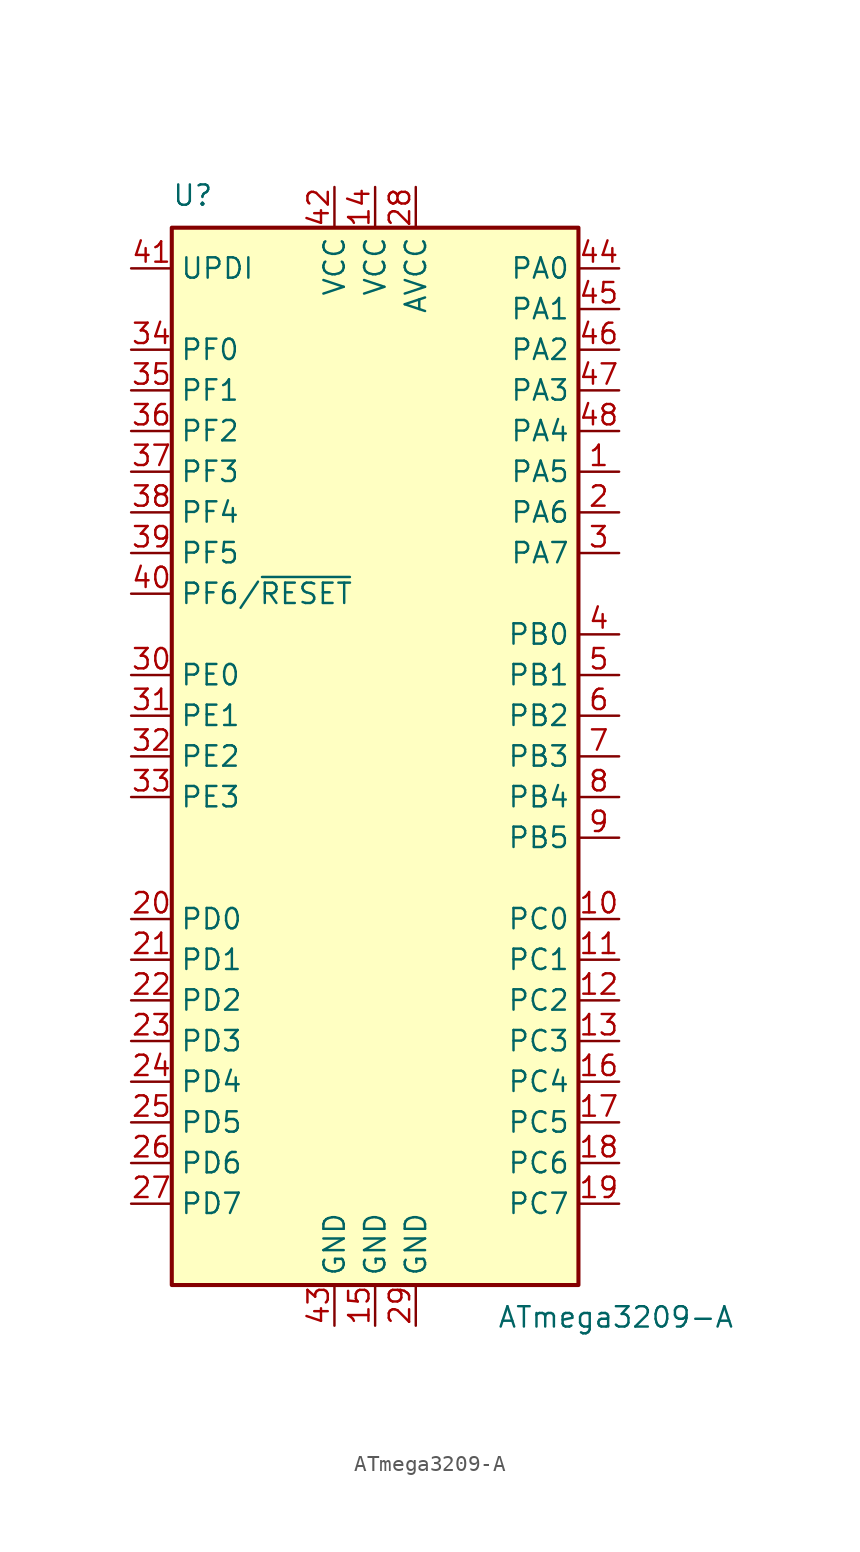
<source format=kicad_sym>
(kicad_symbol_lib
  (version 20231120)
  (generator "kicad_symbol_editor")
  (generator_version "8.0")
  (symbol "ATmega3209-A"
    (property "Reference" "U"
      (at -12.7 34.29 0)
      (effects (font (size 1.27 1.27)) (justify left bottom)))
    (property "Value" "ATmega3209-A"
      (at 7.62 -34.29 0)
      (effects (font (size 1.27 1.27)) (justify left top)))
    (symbol "ATmega3209-A_0_1"
      (rectangle (start -12.7 -33.02) (end 12.7 33.02) (stroke (width 0.254) (type solid)) (fill (type background))))
    (symbol "ATmega3209-A_1_1"
      (pin bidirectional line (at 15.24 17.78 180) (length 2.54) (name "PA5" (effects (font (size 1.27 1.27)))) (number "1" (effects (font (size 1.27 1.27)))))
      (pin bidirectional line (at 15.24 -10.16 180) (length 2.54) (name "PC0" (effects (font (size 1.27 1.27)))) (number "10" (effects (font (size 1.27 1.27)))))
      (pin bidirectional line (at 15.24 -12.7 180) (length 2.54) (name "PC1" (effects (font (size 1.27 1.27)))) (number "11" (effects (font (size 1.27 1.27)))))
      (pin bidirectional line (at 15.24 -15.24 180) (length 2.54) (name "PC2" (effects (font (size 1.27 1.27)))) (number "12" (effects (font (size 1.27 1.27)))))
      (pin bidirectional line (at 15.24 -17.78 180) (length 2.54) (name "PC3" (effects (font (size 1.27 1.27)))) (number "13" (effects (font (size 1.27 1.27)))))
      (pin power_in line (at 0 35.56 270) (length 2.54) (name "VCC" (effects (font (size 1.27 1.27)))) (number "14" (effects (font (size 1.27 1.27)))))
      (pin power_in line (at 0 -35.56 90) (length 2.54) (name "GND" (effects (font (size 1.27 1.27)))) (number "15" (effects (font (size 1.27 1.27)))))
      (pin bidirectional line (at 15.24 -20.32 180) (length 2.54) (name "PC4" (effects (font (size 1.27 1.27)))) (number "16" (effects (font (size 1.27 1.27)))))
      (pin bidirectional line (at 15.24 -22.86 180) (length 2.54) (name "PC5" (effects (font (size 1.27 1.27)))) (number "17" (effects (font (size 1.27 1.27)))))
      (pin bidirectional line (at 15.24 -25.4 180) (length 2.54) (name "PC6" (effects (font (size 1.27 1.27)))) (number "18" (effects (font (size 1.27 1.27)))))
      (pin bidirectional line (at 15.24 -27.94 180) (length 2.54) (name "PC7" (effects (font (size 1.27 1.27)))) (number "19" (effects (font (size 1.27 1.27)))))
      (pin bidirectional line (at 15.24 15.24 180) (length 2.54) (name "PA6" (effects (font (size 1.27 1.27)))) (number "2" (effects (font (size 1.27 1.27)))))
      (pin bidirectional line (at -15.24 -10.16 0) (length 2.54) (name "PD0" (effects (font (size 1.27 1.27)))) (number "20" (effects (font (size 1.27 1.27)))))
      (pin bidirectional line (at -15.24 -12.7 0) (length 2.54) (name "PD1" (effects (font (size 1.27 1.27)))) (number "21" (effects (font (size 1.27 1.27)))))
      (pin bidirectional line (at -15.24 -15.24 0) (length 2.54) (name "PD2" (effects (font (size 1.27 1.27)))) (number "22" (effects (font (size 1.27 1.27)))))
      (pin bidirectional line (at -15.24 -17.78 0) (length 2.54) (name "PD3" (effects (font (size 1.27 1.27)))) (number "23" (effects (font (size 1.27 1.27)))))
      (pin bidirectional line (at -15.24 -20.32 0) (length 2.54) (name "PD4" (effects (font (size 1.27 1.27)))) (number "24" (effects (font (size 1.27 1.27)))))
      (pin bidirectional line (at -15.24 -22.86 0) (length 2.54) (name "PD5" (effects (font (size 1.27 1.27)))) (number "25" (effects (font (size 1.27 1.27)))))
      (pin bidirectional line (at -15.24 -25.4 0) (length 2.54) (name "PD6" (effects (font (size 1.27 1.27)))) (number "26" (effects (font (size 1.27 1.27)))))
      (pin bidirectional line (at -15.24 -27.94 0) (length 2.54) (name "PD7" (effects (font (size 1.27 1.27)))) (number "27" (effects (font (size 1.27 1.27)))))
      (pin power_in line (at 2.54 35.56 270) (length 2.54) (name "AVCC" (effects (font (size 1.27 1.27)))) (number "28" (effects (font (size 1.27 1.27)))))
      (pin power_in line (at 2.54 -35.56 90) (length 2.54) (name "GND" (effects (font (size 1.27 1.27)))) (number "29" (effects (font (size 1.27 1.27)))))
      (pin bidirectional line (at 15.24 12.7 180) (length 2.54) (name "PA7" (effects (font (size 1.27 1.27)))) (number "3" (effects (font (size 1.27 1.27)))))
      (pin bidirectional line (at -15.24 5.08 0) (length 2.54) (name "PE0" (effects (font (size 1.27 1.27)))) (number "30" (effects (font (size 1.27 1.27)))))
      (pin bidirectional line (at -15.24 2.54 0) (length 2.54) (name "PE1" (effects (font (size 1.27 1.27)))) (number "31" (effects (font (size 1.27 1.27)))))
      (pin bidirectional line (at -15.24 0 0) (length 2.54) (name "PE2" (effects (font (size 1.27 1.27)))) (number "32" (effects (font (size 1.27 1.27)))))
      (pin bidirectional line (at -15.24 -2.54 0) (length 2.54) (name "PE3" (effects (font (size 1.27 1.27)))) (number "33" (effects (font (size 1.27 1.27)))))
      (pin bidirectional line (at -15.24 25.4 0) (length 2.54) (name "PF0" (effects (font (size 1.27 1.27)))) (number "34" (effects (font (size 1.27 1.27)))))
      (pin bidirectional line (at -15.24 22.86 0) (length 2.54) (name "PF1" (effects (font (size 1.27 1.27)))) (number "35" (effects (font (size 1.27 1.27)))))
      (pin bidirectional line (at -15.24 20.32 0) (length 2.54) (name "PF2" (effects (font (size 1.27 1.27)))) (number "36" (effects (font (size 1.27 1.27)))))
      (pin bidirectional line (at -15.24 17.78 0) (length 2.54) (name "PF3" (effects (font (size 1.27 1.27)))) (number "37" (effects (font (size 1.27 1.27)))))
      (pin bidirectional line (at -15.24 15.24 0) (length 2.54) (name "PF4" (effects (font (size 1.27 1.27)))) (number "38" (effects (font (size 1.27 1.27)))))
      (pin bidirectional line (at -15.24 12.7 0) (length 2.54) (name "PF5" (effects (font (size 1.27 1.27)))) (number "39" (effects (font (size 1.27 1.27)))))
      (pin bidirectional line (at 15.24 7.62 180) (length 2.54) (name "PB0" (effects (font (size 1.27 1.27)))) (number "4" (effects (font (size 1.27 1.27)))))
      (pin bidirectional line (at -15.24 10.16 0) (length 2.54) (name "PF6/~{RESET}" (effects (font (size 1.27 1.27)))) (number "40" (effects (font (size 1.27 1.27)))))
      (pin bidirectional line (at -15.24 30.48 0) (length 2.54) (name "UPDI" (effects (font (size 1.27 1.27)))) (number "41" (effects (font (size 1.27 1.27)))))
      (pin power_in line (at -2.54 35.56 270) (length 2.54) (name "VCC" (effects (font (size 1.27 1.27)))) (number "42" (effects (font (size 1.27 1.27)))))
      (pin power_in line (at -2.54 -35.56 90) (length 2.54) (name "GND" (effects (font (size 1.27 1.27)))) (number "43" (effects (font (size 1.27 1.27)))))
      (pin bidirectional line (at 15.24 30.48 180) (length 2.54) (name "PA0" (effects (font (size 1.27 1.27)))) (number "44" (effects (font (size 1.27 1.27)))))
      (pin bidirectional line (at 15.24 27.94 180) (length 2.54) (name "PA1" (effects (font (size 1.27 1.27)))) (number "45" (effects (font (size 1.27 1.27)))))
      (pin bidirectional line (at 15.24 25.4 180) (length 2.54) (name "PA2" (effects (font (size 1.27 1.27)))) (number "46" (effects (font (size 1.27 1.27)))))
      (pin bidirectional line (at 15.24 22.86 180) (length 2.54) (name "PA3" (effects (font (size 1.27 1.27)))) (number "47" (effects (font (size 1.27 1.27)))))
      (pin bidirectional line (at 15.24 20.32 180) (length 2.54) (name "PA4" (effects (font (size 1.27 1.27)))) (number "48" (effects (font (size 1.27 1.27)))))
      (pin bidirectional line (at 15.24 5.08 180) (length 2.54) (name "PB1" (effects (font (size 1.27 1.27)))) (number "5" (effects (font (size 1.27 1.27)))))
      (pin bidirectional line (at 15.24 2.54 180) (length 2.54) (name "PB2" (effects (font (size 1.27 1.27)))) (number "6" (effects (font (size 1.27 1.27)))))
      (pin bidirectional line (at 15.24 0 180) (length 2.54) (name "PB3" (effects (font (size 1.27 1.27)))) (number "7" (effects (font (size 1.27 1.27)))))
      (pin bidirectional line (at 15.24 -2.54 180) (length 2.54) (name "PB4" (effects (font (size 1.27 1.27)))) (number "8" (effects (font (size 1.27 1.27)))))
      (pin bidirectional line (at 15.24 -5.08 180) (length 2.54) (name "PB5" (effects (font (size 1.27 1.27)))) (number "9" (effects (font (size 1.27 1.27))))))))
</source>
